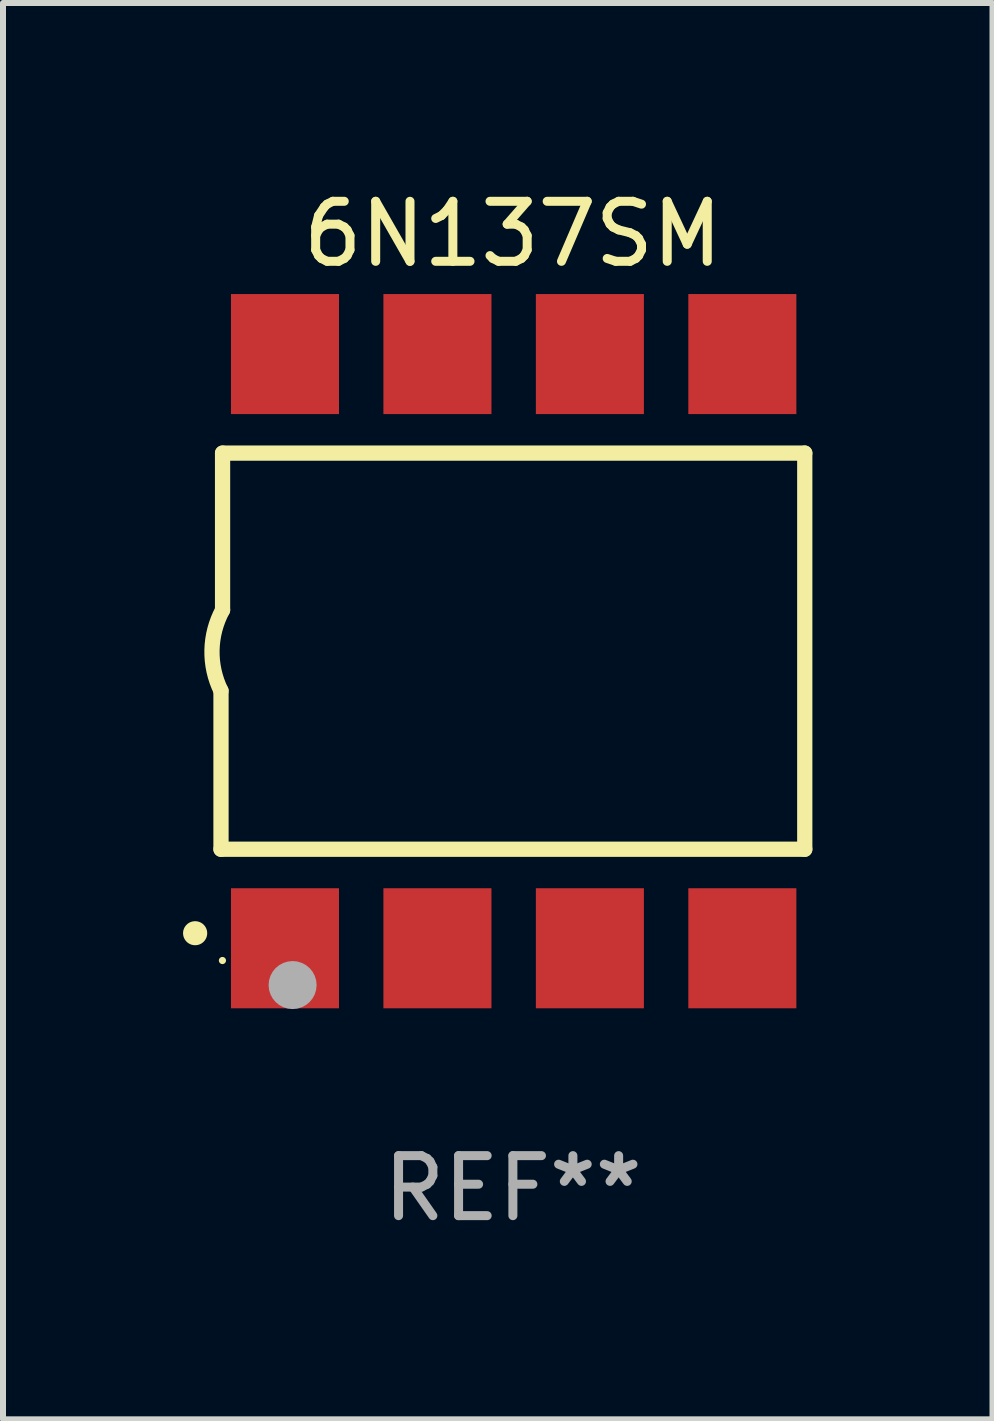
<source format=kicad_pcb>
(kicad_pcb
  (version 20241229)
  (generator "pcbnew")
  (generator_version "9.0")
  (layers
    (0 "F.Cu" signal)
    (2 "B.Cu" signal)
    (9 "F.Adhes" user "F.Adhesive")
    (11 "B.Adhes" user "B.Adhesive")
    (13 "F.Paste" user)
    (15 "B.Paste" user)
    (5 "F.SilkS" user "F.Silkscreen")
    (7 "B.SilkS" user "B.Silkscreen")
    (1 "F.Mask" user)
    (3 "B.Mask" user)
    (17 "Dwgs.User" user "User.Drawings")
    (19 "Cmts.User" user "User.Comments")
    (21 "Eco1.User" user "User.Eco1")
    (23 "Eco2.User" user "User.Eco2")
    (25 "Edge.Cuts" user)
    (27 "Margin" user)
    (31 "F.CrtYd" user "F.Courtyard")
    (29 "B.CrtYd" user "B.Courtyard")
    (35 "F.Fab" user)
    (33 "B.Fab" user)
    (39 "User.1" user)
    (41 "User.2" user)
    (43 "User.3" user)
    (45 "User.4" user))
  (footprint "6N137SM"
    (layer "F.Cu")
    (at 5.495 7.799)
    (property "Reference" "6N137SM" (at 0 -6.95 0) (layer "F.SilkS") (effects (font (size 1 1) (thickness 0.15))))
    (attr through_hole)
    (fp_line (start -4.863 3.3) (end -4.863 0.66) (stroke (width 0.254) (type solid)) (layer "F.SilkS"))
    (fp_line (start -4.837 -3.3) (end -4.837 -0.686) (stroke (width 0.254) (type solid)) (layer "F.SilkS"))
    (fp_line (start -4.837 -3.3) (end 4.863 -3.3) (stroke (width 0.254) (type solid)) (layer "F.SilkS"))
    (fp_line (start 4.863 -3.3) (end 4.863 3.3) (stroke (width 0.254) (type solid)) (layer "F.SilkS"))
    (fp_line (start 4.863 3.3) (end -4.863 3.3) (stroke (width 0.254) (type solid)) (layer "F.SilkS"))
    (fp_arc (start -5.295212 4.699009) (mid -5.293942 4.699005) (end -5.292672 4.699009) (stroke (width 0.4) (type solid)) (layer "F.SilkS"))
    (fp_arc (start -4.863411 0.660401) (mid -5.013163 -0.015948) (end -4.836614 -0.685801) (stroke (width 0.254001) (type solid)) (layer "F.SilkS"))
    (fp_circle (center -4.839 5.154) (end -4.809 5.154) (stroke (width 0.06) (type solid)) (fill no) (layer "F.SilkS"))
    (fp_circle (center -3.67 5.563) (end -3.47 5.563) (stroke (width 0.4) (type solid)) (fill no) (layer "F.Fab"))
    (fp_text user "REF**" (at 0 8.95 0) (layer "F.Fab") (effects (font (size 1 1) (thickness 0.15))))
    (pad "1" smd rect (at -3.797 4.95) (size 1.8 2) (layers "F.Cu" "F.Mask" "F.Paste"))
    (pad "2" smd rect (at -1.257 4.95) (size 1.8 2) (layers "F.Cu" "F.Mask" "F.Paste"))
    (pad "3" smd rect (at 1.283 4.95) (size 1.8 2) (layers "F.Cu" "F.Mask" "F.Paste"))
    (pad "4" smd rect (at 3.823 4.95) (size 1.8 2) (layers "F.Cu" "F.Mask" "F.Paste"))
    (pad "5" smd rect (at 3.823 -4.95 180) (size 1.8 2) (layers "F.Cu" "F.Mask" "F.Paste"))
    (pad "6" smd rect (at 1.283 -4.95 180) (size 1.8 2) (layers "F.Cu" "F.Mask" "F.Paste"))
    (pad "7" smd rect (at -1.257 -4.95 180) (size 1.8 2) (layers "F.Cu" "F.Mask" "F.Paste"))
    (pad "8" smd rect (at -3.797 -4.95 180) (size 1.8 2) (layers "F.Cu" "F.Mask" "F.Paste")))
  (gr_rect
    (start -3 -3)
    (end 13.486 20.597)
    (stroke (width 0.1) (type default))
    (fill no)
    (layer "Edge.Cuts")))
</source>
